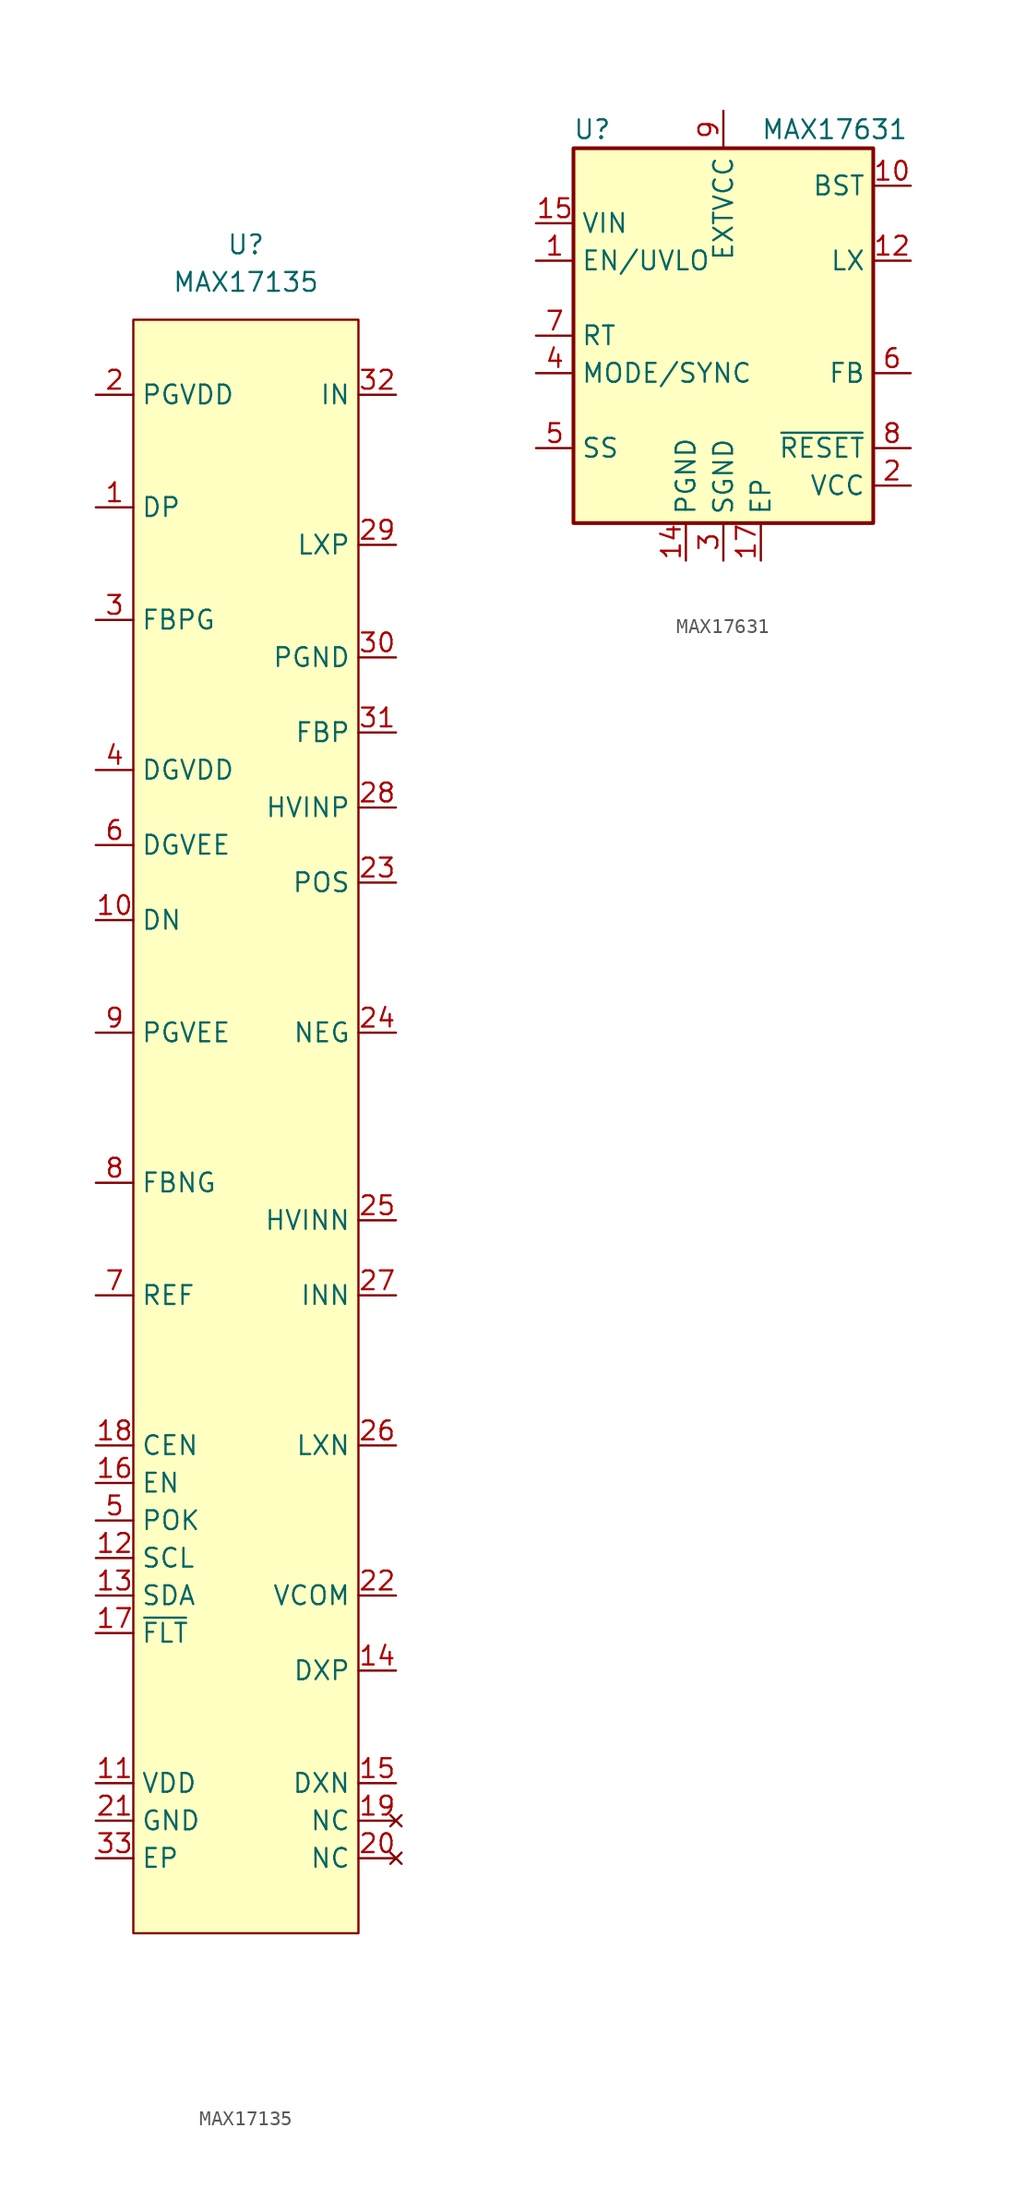
<source format=kicad_sym>
(kicad_symbol_lib
  (version 20210619)
  (generator kicad_symbol_editor)
  (symbol "symbols:MAX17135"
    (property "Reference" "U"
      (at 0 0 0)
      (effects (font (size 1.27 1.27))))
    (property "Value" "MAX17135"
      (at 0 -2.54 0)
      (effects (font (size 1.27 1.27))))
    (symbol "MAX17135_0_1"
      (rectangle (start -7.62 -5.08) (end 7.62 -114.3) (stroke (width 0.152)) (fill (type background))))
    (symbol "MAX17135_1_1"
      (pin input line (at -10.16 -17.78 0) (length 2.54) (name "DP" (effects (font (size 1.27 1.27)))) (number "1" (effects (font (size 1.27 1.27)))))
      (pin input line (at -10.16 -45.72 0) (length 2.54) (name "DN" (effects (font (size 1.27 1.27)))) (number "10" (effects (font (size 1.27 1.27)))))
      (pin input line (at -10.16 -104.14 0) (length 2.54) (name "VDD" (effects (font (size 1.27 1.27)))) (number "11" (effects (font (size 1.27 1.27)))))
      (pin input line (at -10.16 -88.9 0) (length 2.54) (name "SCL" (effects (font (size 1.27 1.27)))) (number "12" (effects (font (size 1.27 1.27)))))
      (pin input line (at -10.16 -91.44 0) (length 2.54) (name "SDA" (effects (font (size 1.27 1.27)))) (number "13" (effects (font (size 1.27 1.27)))))
      (pin input line (at 10.16 -96.52 180) (length 2.54) (name "DXP" (effects (font (size 1.27 1.27)))) (number "14" (effects (font (size 1.27 1.27)))))
      (pin input line (at 10.16 -104.14 180) (length 2.54) (name "DXN" (effects (font (size 1.27 1.27)))) (number "15" (effects (font (size 1.27 1.27)))))
      (pin input line (at -10.16 -83.82 0) (length 2.54) (name "EN" (effects (font (size 1.27 1.27)))) (number "16" (effects (font (size 1.27 1.27)))))
      (pin input line (at -10.16 -93.98 0) (length 2.54) (name "~{FLT}" (effects (font (size 1.27 1.27)))) (number "17" (effects (font (size 1.27 1.27)))))
      (pin input line (at -10.16 -81.28 0) (length 2.54) (name "CEN" (effects (font (size 1.27 1.27)))) (number "18" (effects (font (size 1.27 1.27)))))
      (pin no_connect line (at 10.16 -106.68 180) (length 2.54) (name "NC" (effects (font (size 1.27 1.27)))) (number "19" (effects (font (size 1.27 1.27)))))
      (pin input line (at -10.16 -10.16 0) (length 2.54) (name "PGVDD" (effects (font (size 1.27 1.27)))) (number "2" (effects (font (size 1.27 1.27)))))
      (pin no_connect line (at 10.16 -109.22 180) (length 2.54) (name "NC" (effects (font (size 1.27 1.27)))) (number "20" (effects (font (size 1.27 1.27)))))
      (pin input line (at -10.16 -106.68 0) (length 2.54) (name "GND" (effects (font (size 1.27 1.27)))) (number "21" (effects (font (size 1.27 1.27)))))
      (pin input line (at 10.16 -91.44 180) (length 2.54) (name "VCOM" (effects (font (size 1.27 1.27)))) (number "22" (effects (font (size 1.27 1.27)))))
      (pin input line (at 10.16 -43.18 180) (length 2.54) (name "POS" (effects (font (size 1.27 1.27)))) (number "23" (effects (font (size 1.27 1.27)))))
      (pin input line (at 10.16 -53.34 180) (length 2.54) (name "NEG" (effects (font (size 1.27 1.27)))) (number "24" (effects (font (size 1.27 1.27)))))
      (pin input line (at 10.16 -66.04 180) (length 2.54) (name "HVINN" (effects (font (size 1.27 1.27)))) (number "25" (effects (font (size 1.27 1.27)))))
      (pin input line (at 10.16 -81.28 180) (length 2.54) (name "LXN" (effects (font (size 1.27 1.27)))) (number "26" (effects (font (size 1.27 1.27)))))
      (pin input line (at 10.16 -71.12 180) (length 2.54) (name "INN" (effects (font (size 1.27 1.27)))) (number "27" (effects (font (size 1.27 1.27)))))
      (pin input line (at 10.16 -38.1 180) (length 2.54) (name "HVINP" (effects (font (size 1.27 1.27)))) (number "28" (effects (font (size 1.27 1.27)))))
      (pin input line (at 10.16 -20.32 180) (length 2.54) (name "LXP" (effects (font (size 1.27 1.27)))) (number "29" (effects (font (size 1.27 1.27)))))
      (pin input line (at -10.16 -25.4 0) (length 2.54) (name "FBPG" (effects (font (size 1.27 1.27)))) (number "3" (effects (font (size 1.27 1.27)))))
      (pin input line (at 10.16 -27.94 180) (length 2.54) (name "PGND" (effects (font (size 1.27 1.27)))) (number "30" (effects (font (size 1.27 1.27)))))
      (pin input line (at 10.16 -33.02 180) (length 2.54) (name "FBP" (effects (font (size 1.27 1.27)))) (number "31" (effects (font (size 1.27 1.27)))))
      (pin input line (at 10.16 -10.16 180) (length 2.54) (name "IN" (effects (font (size 1.27 1.27)))) (number "32" (effects (font (size 1.27 1.27)))))
      (pin input line (at -10.16 -109.22 0) (length 2.54) (name "EP" (effects (font (size 1.27 1.27)))) (number "33" (effects (font (size 1.27 1.27)))))
      (pin input line (at -10.16 -35.56 0) (length 2.54) (name "DGVDD" (effects (font (size 1.27 1.27)))) (number "4" (effects (font (size 1.27 1.27)))))
      (pin input line (at -10.16 -86.36 0) (length 2.54) (name "POK" (effects (font (size 1.27 1.27)))) (number "5" (effects (font (size 1.27 1.27)))))
      (pin input line (at -10.16 -40.64 0) (length 2.54) (name "DGVEE" (effects (font (size 1.27 1.27)))) (number "6" (effects (font (size 1.27 1.27)))))
      (pin input line (at -10.16 -71.12 0) (length 2.54) (name "REF" (effects (font (size 1.27 1.27)))) (number "7" (effects (font (size 1.27 1.27)))))
      (pin input line (at -10.16 -63.5 0) (length 2.54) (name "FBNG" (effects (font (size 1.27 1.27)))) (number "8" (effects (font (size 1.27 1.27)))))
      (pin input line (at -10.16 -53.34 0) (length 2.54) (name "PGVEE" (effects (font (size 1.27 1.27)))) (number "9" (effects (font (size 1.27 1.27)))))))
  (symbol "symbols:MAX17631"
    (property "Reference" "U"
      (at -8.89 13.97 0)
      (effects (font (size 1.27 1.27))))
    (property "Value" "MAX17631"
      (at 2.54 13.97 0)
      (effects (font (size 1.27 1.27)) (justify left)))
    (symbol "MAX17631_0_1"
      (rectangle (start -10.16 12.7) (end 10.16 -12.7) (stroke (width 0.254)) (fill (type background))))
    (symbol "MAX17631_1_1"
      (pin input line (at -12.7 5.08 0) (length 2.54) (name "EN/UVLO" (effects (font (size 1.27 1.27)))) (number "1" (effects (font (size 1.27 1.27)))))
      (pin passive line (at 12.7 10.16 180) (length 2.54) (name "BST" (effects (font (size 1.27 1.27)))) (number "10" (effects (font (size 1.27 1.27)))))
      (pin passive line (at 12.7 5.08 180) (length 2.54) hide (name "LX" (effects (font (size 1.27 1.27)))) (number "11" (effects (font (size 1.27 1.27)))))
      (pin power_out line (at 12.7 5.08 180) (length 2.54) (name "LX" (effects (font (size 1.27 1.27)))) (number "12" (effects (font (size 1.27 1.27)))))
      (pin passive line (at -2.54 -15.24 90) (length 2.54) hide (name "PGND" (effects (font (size 1.27 1.27)))) (number "13" (effects (font (size 1.27 1.27)))))
      (pin power_in line (at -2.54 -15.24 90) (length 2.54) (name "PGND" (effects (font (size 1.27 1.27)))) (number "14" (effects (font (size 1.27 1.27)))))
      (pin passive line (at -12.7 7.62 0) (length 2.54) (name "VIN" (effects (font (size 1.27 1.27)))) (number "15" (effects (font (size 1.27 1.27)))))
      (pin passive line (at -12.7 7.62 0) (length 2.54) hide (name "VIN" (effects (font (size 1.27 1.27)))) (number "16" (effects (font (size 1.27 1.27)))))
      (pin power_in line (at 2.54 -15.24 90) (length 2.54) (name "EP" (effects (font (size 1.27 1.27)))) (number "17" (effects (font (size 1.27 1.27)))))
      (pin power_out line (at 12.7 -10.16 180) (length 2.54) (name "VCC" (effects (font (size 1.27 1.27)))) (number "2" (effects (font (size 1.27 1.27)))))
      (pin power_in line (at 0 -15.24 90) (length 2.54) (name "SGND" (effects (font (size 1.27 1.27)))) (number "3" (effects (font (size 1.27 1.27)))))
      (pin input line (at -12.7 -2.54 0) (length 2.54) (name "MODE/SYNC" (effects (font (size 1.27 1.27)))) (number "4" (effects (font (size 1.27 1.27)))))
      (pin passive line (at -12.7 -7.62 0) (length 2.54) (name "SS" (effects (font (size 1.27 1.27)))) (number "5" (effects (font (size 1.27 1.27)))))
      (pin input line (at 12.7 -2.54 180) (length 2.54) (name "FB" (effects (font (size 1.27 1.27)))) (number "6" (effects (font (size 1.27 1.27)))))
      (pin input line (at -12.7 0 0) (length 2.54) (name "RT" (effects (font (size 1.27 1.27)))) (number "7" (effects (font (size 1.27 1.27)))))
      (pin open_collector line (at 12.7 -7.62 180) (length 2.54) (name "~{RESET}" (effects (font (size 1.27 1.27)))) (number "8" (effects (font (size 1.27 1.27)))))
      (pin power_in line (at 0 15.24 270) (length 2.54) (name "EXTVCC" (effects (font (size 1.27 1.27)))) (number "9" (effects (font (size 1.27 1.27))))))))
</source>
